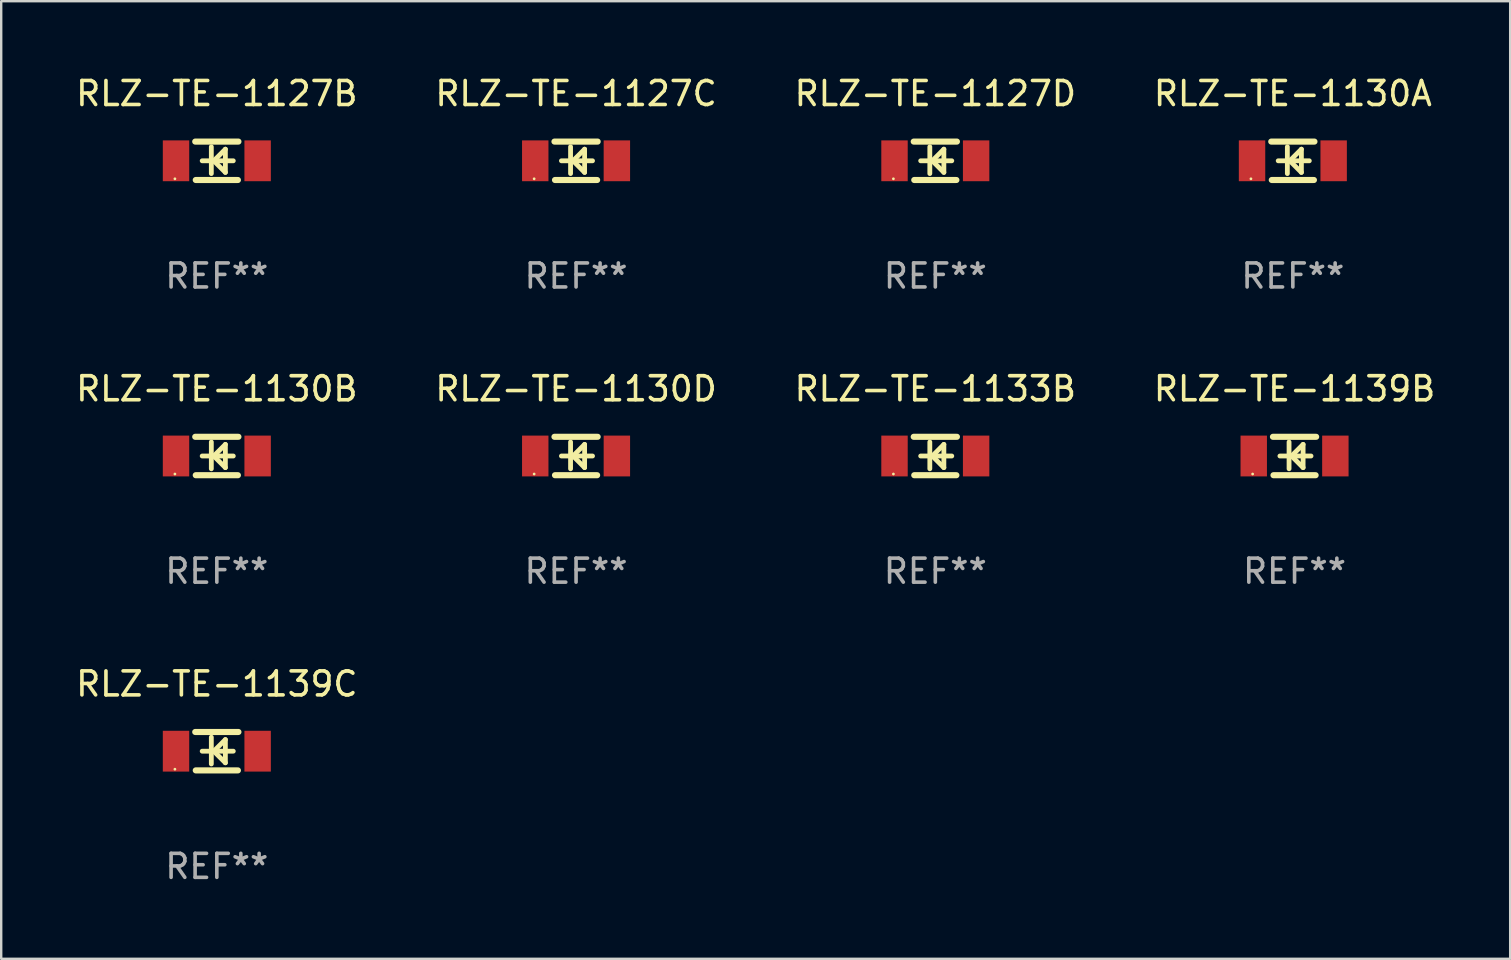
<source format=kicad_pcb>
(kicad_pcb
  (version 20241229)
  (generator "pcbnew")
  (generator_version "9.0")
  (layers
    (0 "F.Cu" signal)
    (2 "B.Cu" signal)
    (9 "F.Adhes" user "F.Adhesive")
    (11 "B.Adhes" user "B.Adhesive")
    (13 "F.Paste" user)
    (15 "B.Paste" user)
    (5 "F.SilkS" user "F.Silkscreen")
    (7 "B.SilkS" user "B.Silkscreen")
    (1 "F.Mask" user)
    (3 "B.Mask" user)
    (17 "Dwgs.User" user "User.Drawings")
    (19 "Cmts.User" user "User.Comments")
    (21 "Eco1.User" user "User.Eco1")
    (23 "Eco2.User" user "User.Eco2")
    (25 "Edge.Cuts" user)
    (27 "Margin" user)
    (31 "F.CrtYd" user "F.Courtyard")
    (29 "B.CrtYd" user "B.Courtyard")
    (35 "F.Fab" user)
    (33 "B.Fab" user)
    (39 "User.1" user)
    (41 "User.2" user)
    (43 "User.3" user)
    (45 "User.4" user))
  (footprint "RLZ-TE-1130D"
    (layer "F.Cu")
    (at 20.946 15.945)
    (property "Reference" "RLZ-TE-1130D" (at 0 -2.8 0) (layer "F.SilkS") (effects (font (size 1 1) (thickness 0.15))))
    (attr through_hole)
    (fp_line (start -0.9 -0.8) (end 0.9 -0.8) (stroke (width 0.254) (type solid)) (layer "F.SilkS"))
    (fp_line (start -0.878 0.8) (end 0.878 0.8) (stroke (width 0.254) (type solid)) (layer "F.SilkS"))
    (fp_line (start -0.61 0) (end 0.686 0) (stroke (width 0.2) (type solid)) (layer "F.SilkS"))
    (fp_line (start -0.229 -0.584) (end -0.229 0.533) (stroke (width 0.2) (type solid)) (layer "F.SilkS"))
    (fp_line (start -0.127 0) (end 0.356 -0.483) (stroke (width 0.2) (type solid)) (layer "F.SilkS"))
    (fp_line (start 0.356 -0.483) (end 0.356 0.483) (stroke (width 0.2) (type solid)) (layer "F.SilkS"))
    (fp_line (start 0.356 0.483) (end -0.102 0.025) (stroke (width 0.2) (type solid)) (layer "F.SilkS"))
    (fp_circle (center -1.746 0.75) (end -1.716 0.75) (stroke (width 0.06) (type solid)) (fill no) (layer "F.SilkS"))
    (fp_text user "REF**" (at 0 4.8 0) (layer "F.Fab") (effects (font (size 1 1) (thickness 0.15))))
    (pad "1" smd rect (at -1.7 0 180) (size 1.1 1.7) (layers "F.Cu" "F.Mask" "F.Paste"))
    (pad "2" smd rect (at 1.7 0 180) (size 1.1 1.7) (layers "F.Cu" "F.Mask" "F.Paste")))
  (footprint "RLZ-TE-1139C"
    (layer "F.Cu")
    (at 5.982 28.241)
    (property "Reference" "RLZ-TE-1139C" (at 0 -2.8 0) (layer "F.SilkS") (effects (font (size 1 1) (thickness 0.15))))
    (attr through_hole)
    (fp_line (start -0.9 -0.8) (end 0.9 -0.8) (stroke (width 0.254) (type solid)) (layer "F.SilkS"))
    (fp_line (start -0.878 0.8) (end 0.878 0.8) (stroke (width 0.254) (type solid)) (layer "F.SilkS"))
    (fp_line (start -0.61 0) (end 0.686 0) (stroke (width 0.2) (type solid)) (layer "F.SilkS"))
    (fp_line (start -0.229 -0.584) (end -0.229 0.533) (stroke (width 0.2) (type solid)) (layer "F.SilkS"))
    (fp_line (start -0.127 0) (end 0.356 -0.483) (stroke (width 0.2) (type solid)) (layer "F.SilkS"))
    (fp_line (start 0.356 -0.483) (end 0.356 0.483) (stroke (width 0.2) (type solid)) (layer "F.SilkS"))
    (fp_line (start 0.356 0.483) (end -0.102 0.025) (stroke (width 0.2) (type solid)) (layer "F.SilkS"))
    (fp_circle (center -1.746 0.75) (end -1.716 0.75) (stroke (width 0.06) (type solid)) (fill no) (layer "F.SilkS"))
    (fp_text user "REF**" (at 0 4.8 0) (layer "F.Fab") (effects (font (size 1 1) (thickness 0.15))))
    (pad "1" smd rect (at -1.7 0 180) (size 1.1 1.7) (layers "F.Cu" "F.Mask" "F.Paste"))
    (pad "2" smd rect (at 1.7 0 180) (size 1.1 1.7) (layers "F.Cu" "F.Mask" "F.Paste")))
  (footprint "RLZ-TE-1127B"
    (layer "F.Cu")
    (at 5.982 3.648)
    (property "Reference" "RLZ-TE-1127B" (at 0 -2.8 0) (layer "F.SilkS") (effects (font (size 1 1) (thickness 0.15))))
    (attr through_hole)
    (fp_line (start -0.9 -0.8) (end 0.9 -0.8) (stroke (width 0.254) (type solid)) (layer "F.SilkS"))
    (fp_line (start -0.878 0.8) (end 0.878 0.8) (stroke (width 0.254) (type solid)) (layer "F.SilkS"))
    (fp_line (start -0.61 0) (end 0.686 0) (stroke (width 0.2) (type solid)) (layer "F.SilkS"))
    (fp_line (start -0.229 -0.584) (end -0.229 0.533) (stroke (width 0.2) (type solid)) (layer "F.SilkS"))
    (fp_line (start -0.127 0) (end 0.356 -0.483) (stroke (width 0.2) (type solid)) (layer "F.SilkS"))
    (fp_line (start 0.356 -0.483) (end 0.356 0.483) (stroke (width 0.2) (type solid)) (layer "F.SilkS"))
    (fp_line (start 0.356 0.483) (end -0.102 0.025) (stroke (width 0.2) (type solid)) (layer "F.SilkS"))
    (fp_circle (center -1.746 0.75) (end -1.716 0.75) (stroke (width 0.06) (type solid)) (fill no) (layer "F.SilkS"))
    (fp_text user "REF**" (at 0 4.8 0) (layer "F.Fab") (effects (font (size 1 1) (thickness 0.15))))
    (pad "1" smd rect (at -1.7 0 180) (size 1.1 1.7) (layers "F.Cu" "F.Mask" "F.Paste"))
    (pad "2" smd rect (at 1.7 0 180) (size 1.1 1.7) (layers "F.Cu" "F.Mask" "F.Paste")))
  (footprint "RLZ-TE-1130B"
    (layer "F.Cu")
    (at 5.982 15.945)
    (property "Reference" "RLZ-TE-1130B" (at 0 -2.8 0) (layer "F.SilkS") (effects (font (size 1 1) (thickness 0.15))))
    (attr through_hole)
    (fp_line (start -0.9 -0.8) (end 0.9 -0.8) (stroke (width 0.254) (type solid)) (layer "F.SilkS"))
    (fp_line (start -0.878 0.8) (end 0.878 0.8) (stroke (width 0.254) (type solid)) (layer "F.SilkS"))
    (fp_line (start -0.61 0) (end 0.686 0) (stroke (width 0.2) (type solid)) (layer "F.SilkS"))
    (fp_line (start -0.229 -0.584) (end -0.229 0.533) (stroke (width 0.2) (type solid)) (layer "F.SilkS"))
    (fp_line (start -0.127 0) (end 0.356 -0.483) (stroke (width 0.2) (type solid)) (layer "F.SilkS"))
    (fp_line (start 0.356 -0.483) (end 0.356 0.483) (stroke (width 0.2) (type solid)) (layer "F.SilkS"))
    (fp_line (start 0.356 0.483) (end -0.102 0.025) (stroke (width 0.2) (type solid)) (layer "F.SilkS"))
    (fp_circle (center -1.746 0.75) (end -1.716 0.75) (stroke (width 0.06) (type solid)) (fill no) (layer "F.SilkS"))
    (fp_text user "REF**" (at 0 4.8 0) (layer "F.Fab") (effects (font (size 1 1) (thickness 0.15))))
    (pad "1" smd rect (at -1.7 0 180) (size 1.1 1.7) (layers "F.Cu" "F.Mask" "F.Paste"))
    (pad "2" smd rect (at 1.7 0 180) (size 1.1 1.7) (layers "F.Cu" "F.Mask" "F.Paste")))
  (footprint "RLZ-TE-1130A"
    (layer "F.Cu")
    (at 50.804 3.648)
    (property "Reference" "RLZ-TE-1130A" (at 0 -2.8 0) (layer "F.SilkS") (effects (font (size 1 1) (thickness 0.15))))
    (attr through_hole)
    (fp_line (start -0.9 -0.8) (end 0.9 -0.8) (stroke (width 0.254) (type solid)) (layer "F.SilkS"))
    (fp_line (start -0.878 0.8) (end 0.878 0.8) (stroke (width 0.254) (type solid)) (layer "F.SilkS"))
    (fp_line (start -0.61 0) (end 0.686 0) (stroke (width 0.2) (type solid)) (layer "F.SilkS"))
    (fp_line (start -0.229 -0.584) (end -0.229 0.533) (stroke (width 0.2) (type solid)) (layer "F.SilkS"))
    (fp_line (start -0.127 0) (end 0.356 -0.483) (stroke (width 0.2) (type solid)) (layer "F.SilkS"))
    (fp_line (start 0.356 -0.483) (end 0.356 0.483) (stroke (width 0.2) (type solid)) (layer "F.SilkS"))
    (fp_line (start 0.356 0.483) (end -0.102 0.025) (stroke (width 0.2) (type solid)) (layer "F.SilkS"))
    (fp_circle (center -1.746 0.75) (end -1.716 0.75) (stroke (width 0.06) (type solid)) (fill no) (layer "F.SilkS"))
    (fp_text user "REF**" (at 0 4.8 0) (layer "F.Fab") (effects (font (size 1 1) (thickness 0.15))))
    (pad "1" smd rect (at -1.7 0 180) (size 1.1 1.7) (layers "F.Cu" "F.Mask" "F.Paste"))
    (pad "2" smd rect (at 1.7 0 180) (size 1.1 1.7) (layers "F.Cu" "F.Mask" "F.Paste")))
  (footprint "RLZ-TE-1133B"
    (layer "F.Cu")
    (at 35.911 15.945)
    (property "Reference" "RLZ-TE-1133B" (at 0 -2.8 0) (layer "F.SilkS") (effects (font (size 1 1) (thickness 0.15))))
    (attr through_hole)
    (fp_line (start -0.9 -0.8) (end 0.9 -0.8) (stroke (width 0.254) (type solid)) (layer "F.SilkS"))
    (fp_line (start -0.878 0.8) (end 0.878 0.8) (stroke (width 0.254) (type solid)) (layer "F.SilkS"))
    (fp_line (start -0.61 0) (end 0.686 0) (stroke (width 0.2) (type solid)) (layer "F.SilkS"))
    (fp_line (start -0.229 -0.584) (end -0.229 0.533) (stroke (width 0.2) (type solid)) (layer "F.SilkS"))
    (fp_line (start -0.127 0) (end 0.356 -0.483) (stroke (width 0.2) (type solid)) (layer "F.SilkS"))
    (fp_line (start 0.356 -0.483) (end 0.356 0.483) (stroke (width 0.2) (type solid)) (layer "F.SilkS"))
    (fp_line (start 0.356 0.483) (end -0.102 0.025) (stroke (width 0.2) (type solid)) (layer "F.SilkS"))
    (fp_circle (center -1.746 0.75) (end -1.716 0.75) (stroke (width 0.06) (type solid)) (fill no) (layer "F.SilkS"))
    (fp_text user "REF**" (at 0 4.8 0) (layer "F.Fab") (effects (font (size 1 1) (thickness 0.15))))
    (pad "1" smd rect (at -1.7 0 180) (size 1.1 1.7) (layers "F.Cu" "F.Mask" "F.Paste"))
    (pad "2" smd rect (at 1.7 0 180) (size 1.1 1.7) (layers "F.Cu" "F.Mask" "F.Paste")))
  (footprint "RLZ-TE-1127C"
    (layer "F.Cu")
    (at 20.946 3.648)
    (property "Reference" "RLZ-TE-1127C" (at 0 -2.8 0) (layer "F.SilkS") (effects (font (size 1 1) (thickness 0.15))))
    (attr through_hole)
    (fp_line (start -0.9 -0.8) (end 0.9 -0.8) (stroke (width 0.254) (type solid)) (layer "F.SilkS"))
    (fp_line (start -0.878 0.8) (end 0.878 0.8) (stroke (width 0.254) (type solid)) (layer "F.SilkS"))
    (fp_line (start -0.61 0) (end 0.686 0) (stroke (width 0.2) (type solid)) (layer "F.SilkS"))
    (fp_line (start -0.229 -0.584) (end -0.229 0.533) (stroke (width 0.2) (type solid)) (layer "F.SilkS"))
    (fp_line (start -0.127 0) (end 0.356 -0.483) (stroke (width 0.2) (type solid)) (layer "F.SilkS"))
    (fp_line (start 0.356 -0.483) (end 0.356 0.483) (stroke (width 0.2) (type solid)) (layer "F.SilkS"))
    (fp_line (start 0.356 0.483) (end -0.102 0.025) (stroke (width 0.2) (type solid)) (layer "F.SilkS"))
    (fp_circle (center -1.746 0.75) (end -1.716 0.75) (stroke (width 0.06) (type solid)) (fill no) (layer "F.SilkS"))
    (fp_text user "REF**" (at 0 4.8 0) (layer "F.Fab") (effects (font (size 1 1) (thickness 0.15))))
    (pad "1" smd rect (at -1.7 0 180) (size 1.1 1.7) (layers "F.Cu" "F.Mask" "F.Paste"))
    (pad "2" smd rect (at 1.7 0 180) (size 1.1 1.7) (layers "F.Cu" "F.Mask" "F.Paste")))
  (footprint "RLZ-TE-1139B"
    (layer "F.Cu")
    (at 50.875 15.945)
    (property "Reference" "RLZ-TE-1139B" (at 0 -2.8 0) (layer "F.SilkS") (effects (font (size 1 1) (thickness 0.15))))
    (attr through_hole)
    (fp_line (start -0.9 -0.8) (end 0.9 -0.8) (stroke (width 0.254) (type solid)) (layer "F.SilkS"))
    (fp_line (start -0.878 0.8) (end 0.878 0.8) (stroke (width 0.254) (type solid)) (layer "F.SilkS"))
    (fp_line (start -0.61 0) (end 0.686 0) (stroke (width 0.2) (type solid)) (layer "F.SilkS"))
    (fp_line (start -0.229 -0.584) (end -0.229 0.533) (stroke (width 0.2) (type solid)) (layer "F.SilkS"))
    (fp_line (start -0.127 0) (end 0.356 -0.483) (stroke (width 0.2) (type solid)) (layer "F.SilkS"))
    (fp_line (start 0.356 -0.483) (end 0.356 0.483) (stroke (width 0.2) (type solid)) (layer "F.SilkS"))
    (fp_line (start 0.356 0.483) (end -0.102 0.025) (stroke (width 0.2) (type solid)) (layer "F.SilkS"))
    (fp_circle (center -1.746 0.75) (end -1.716 0.75) (stroke (width 0.06) (type solid)) (fill no) (layer "F.SilkS"))
    (fp_text user "REF**" (at 0 4.8 0) (layer "F.Fab") (effects (font (size 1 1) (thickness 0.15))))
    (pad "1" smd rect (at -1.7 0 180) (size 1.1 1.7) (layers "F.Cu" "F.Mask" "F.Paste"))
    (pad "2" smd rect (at 1.7 0 180) (size 1.1 1.7) (layers "F.Cu" "F.Mask" "F.Paste")))
  (footprint "RLZ-TE-1127D"
    (layer "F.Cu")
    (at 35.911 3.648)
    (property "Reference" "RLZ-TE-1127D" (at 0 -2.8 0) (layer "F.SilkS") (effects (font (size 1 1) (thickness 0.15))))
    (attr through_hole)
    (fp_line (start -0.9 -0.8) (end 0.9 -0.8) (stroke (width 0.254) (type solid)) (layer "F.SilkS"))
    (fp_line (start -0.878 0.8) (end 0.878 0.8) (stroke (width 0.254) (type solid)) (layer "F.SilkS"))
    (fp_line (start -0.61 0) (end 0.686 0) (stroke (width 0.2) (type solid)) (layer "F.SilkS"))
    (fp_line (start -0.229 -0.584) (end -0.229 0.533) (stroke (width 0.2) (type solid)) (layer "F.SilkS"))
    (fp_line (start -0.127 0) (end 0.356 -0.483) (stroke (width 0.2) (type solid)) (layer "F.SilkS"))
    (fp_line (start 0.356 -0.483) (end 0.356 0.483) (stroke (width 0.2) (type solid)) (layer "F.SilkS"))
    (fp_line (start 0.356 0.483) (end -0.102 0.025) (stroke (width 0.2) (type solid)) (layer "F.SilkS"))
    (fp_circle (center -1.746 0.75) (end -1.716 0.75) (stroke (width 0.06) (type solid)) (fill no) (layer "F.SilkS"))
    (fp_text user "REF**" (at 0 4.8 0) (layer "F.Fab") (effects (font (size 1 1) (thickness 0.15))))
    (pad "1" smd rect (at -1.7 0 180) (size 1.1 1.7) (layers "F.Cu" "F.Mask" "F.Paste"))
    (pad "2" smd rect (at 1.7 0 180) (size 1.1 1.7) (layers "F.Cu" "F.Mask" "F.Paste")))
  (gr_rect
    (start -3 -3)
    (end 59.857 36.889)
    (stroke (width 0.1) (type default))
    (fill no)
    (layer "Edge.Cuts")))
</source>
